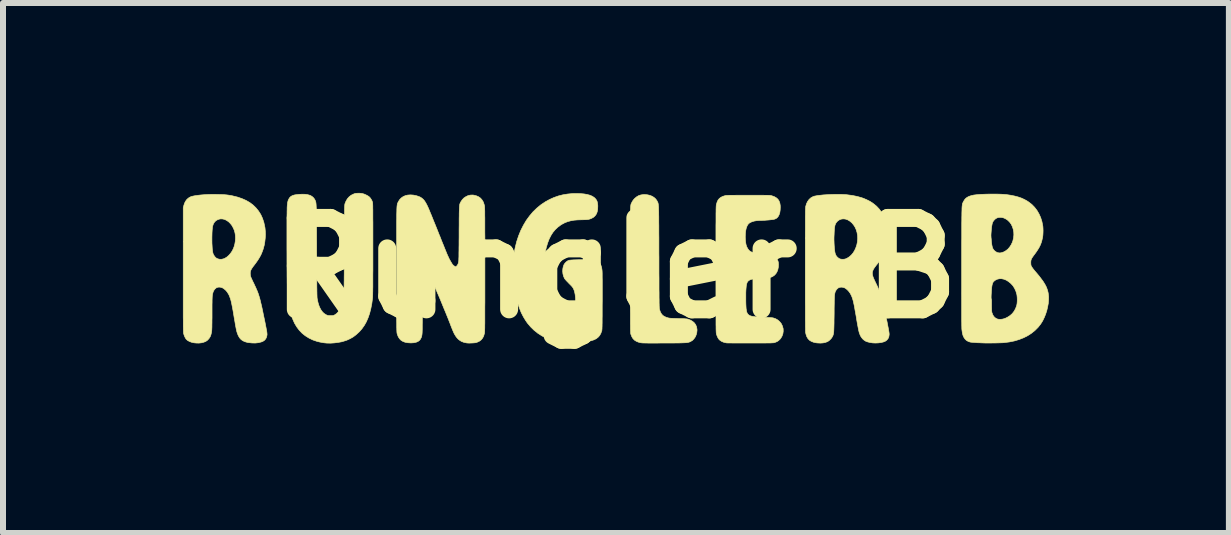
<source format=kicad_pcb>
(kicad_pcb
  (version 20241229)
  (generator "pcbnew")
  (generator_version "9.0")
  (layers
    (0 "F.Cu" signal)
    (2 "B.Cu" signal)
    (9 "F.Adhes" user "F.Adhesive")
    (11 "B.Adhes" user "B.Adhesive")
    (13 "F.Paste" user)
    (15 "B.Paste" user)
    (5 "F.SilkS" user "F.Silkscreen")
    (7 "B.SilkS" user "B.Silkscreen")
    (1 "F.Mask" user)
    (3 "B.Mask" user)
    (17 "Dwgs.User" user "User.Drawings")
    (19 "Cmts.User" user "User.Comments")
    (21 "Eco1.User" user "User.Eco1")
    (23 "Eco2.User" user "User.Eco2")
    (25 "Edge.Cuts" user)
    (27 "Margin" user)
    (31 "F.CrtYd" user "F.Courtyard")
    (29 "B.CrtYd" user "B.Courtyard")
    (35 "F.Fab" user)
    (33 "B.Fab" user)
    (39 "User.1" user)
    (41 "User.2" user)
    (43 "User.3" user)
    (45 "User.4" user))
  (footprint "Rungler B"
    (layer "F.Cu")
    (at 7.216 1.418)
    (property "Reference" "Rungler B" (at 0 0 0) (layer "F.SilkS") (effects (font (size 1.524 1.524) (thickness 0.3))))
    (attr through_hole)
    (fp_poly (pts (xy 0.525 -1.221) (xy 0.566 -1.212) (xy 0.604 -1.197) (xy 0.637 -1.177) (xy 0.665 -1.152) (xy 0.686 -1.123) (xy 0.691 -1.113) (xy 0.694 -1.106) (xy 0.697 -1.101) (xy 0.7 -1.096) (xy 0.702 -1.091) (xy 0.704 -1.085) (xy 0.706 -1.079) (xy 0.707 -1.071) (xy 0.709 -1.062) (xy 0.71 -1.051) (xy 0.711 -1.038) (xy 0.713 -1.023) (xy 0.714 -1.004) (xy 0.714 -0.982) (xy 0.715 -0.957) (xy 0.716 -0.927) (xy 0.716 -0.894) (xy 0.717 -0.855) (xy 0.717 -0.811) (xy 0.717 -0.762) (xy 0.718 -0.708) (xy 0.718 -0.647) (xy 0.718 -0.579) (xy 0.719 -0.505) (xy 0.719 -0.424) (xy 0.719 -0.335) (xy 0.719 -0.238) (xy 0.72 -0.182) (xy 0.72 -0.082) (xy 0.72 0.009) (xy 0.72 0.093) (xy 0.721 0.169) (xy 0.721 0.239) (xy 0.721 0.302) (xy 0.721 0.358) (xy 0.722 0.408) (xy 0.722 0.453) (xy 0.722 0.493) (xy 0.723 0.527) (xy 0.723 0.558) (xy 0.723 0.584) (xy 0.724 0.606) (xy 0.724 0.624) (xy 0.725 0.64) (xy 0.725 0.653) (xy 0.726 0.663) (xy 0.726 0.672) (xy 0.727 0.678) (xy 0.728 0.684) (xy 0.729 0.688) (xy 0.73 0.692) (xy 0.731 0.696) (xy 0.731 0.696) (xy 0.744 0.734) (xy 0.761 0.764) (xy 0.782 0.789) (xy 0.809 0.807) (xy 0.842 0.822) (xy 0.868 0.83) (xy 0.879 0.833) (xy 0.89 0.835) (xy 0.902 0.837) (xy 0.917 0.838) (xy 0.935 0.839) (xy 0.958 0.84) (xy 0.987 0.841) (xy 1.022 0.842) (xy 1.041 0.843) (xy 1.081 0.844) (xy 1.112 0.844) (xy 1.138 0.845) (xy 1.158 0.847) (xy 1.173 0.848) (xy 1.186 0.849) (xy 1.196 0.851) (xy 1.205 0.854) (xy 1.207 0.854) (xy 1.248 0.87) (xy 1.283 0.891) (xy 1.312 0.917) (xy 1.333 0.947) (xy 1.347 0.982) (xy 1.354 1.02) (xy 1.355 1.037) (xy 1.351 1.076) (xy 1.341 1.114) (xy 1.326 1.149) (xy 1.305 1.179) (xy 1.281 1.205) (xy 1.252 1.223) (xy 1.252 1.223) (xy 1.243 1.228) (xy 1.234 1.232) (xy 1.225 1.235) (xy 1.216 1.238) (xy 1.205 1.241) (xy 1.192 1.243) (xy 1.177 1.245) (xy 1.16 1.246) (xy 1.138 1.247) (xy 1.113 1.248) (xy 1.082 1.249) (xy 1.047 1.25) (xy 1.005 1.25) (xy 0.958 1.251) (xy 0.903 1.251) (xy 0.84 1.251) (xy 0.804 1.251) (xy 0.739 1.251) (xy 0.681 1.252) (xy 0.631 1.252) (xy 0.588 1.252) (xy 0.551 1.252) (xy 0.519 1.251) (xy 0.493 1.251) (xy 0.472 1.25) (xy 0.454 1.25) (xy 0.441 1.249) (xy 0.43 1.248) (xy 0.422 1.247) (xy 0.419 1.247) (xy 0.376 1.236) (xy 0.341 1.221) (xy 0.311 1.202) (xy 0.287 1.177) (xy 0.268 1.146) (xy 0.253 1.108) (xy 0.251 1.103) (xy 0.25 1.1) (xy 0.25 1.096) (xy 0.249 1.092) (xy 0.248 1.086) (xy 0.248 1.079) (xy 0.247 1.07) (xy 0.247 1.059) (xy 0.246 1.045) (xy 0.246 1.029) (xy 0.245 1.009) (xy 0.245 0.986) (xy 0.245 0.96) (xy 0.244 0.929) (xy 0.244 0.894) (xy 0.244 0.854) (xy 0.244 0.809) (xy 0.244 0.759) (xy 0.243 0.703) (xy 0.243 0.641) (xy 0.243 0.573) (xy 0.243 0.498) (xy 0.243 0.416) (xy 0.243 0.327) (xy 0.243 0.231) (xy 0.242 0.126) (xy 0.242 0.037) (xy 0.242 -0.076) (xy 0.242 -0.18) (xy 0.242 -0.277) (xy 0.242 -0.367) (xy 0.242 -0.449) (xy 0.242 -0.524) (xy 0.242 -0.593) (xy 0.242 -0.655) (xy 0.242 -0.712) (xy 0.242 -0.763) (xy 0.242 -0.809) (xy 0.243 -0.85) (xy 0.243 -0.886) (xy 0.244 -0.918) (xy 0.244 -0.945) (xy 0.245 -0.97) (xy 0.246 -0.99) (xy 0.247 -1.008) (xy 0.248 -1.023) (xy 0.249 -1.036) (xy 0.251 -1.047) (xy 0.252 -1.055) (xy 0.254 -1.063) (xy 0.256 -1.069) (xy 0.258 -1.075) (xy 0.261 -1.08) (xy 0.263 -1.084) (xy 0.266 -1.089) (xy 0.269 -1.095) (xy 0.271 -1.1) (xy 0.285 -1.123) (xy 0.3 -1.143) (xy 0.318 -1.162) (xy 0.35 -1.188) (xy 0.383 -1.207) (xy 0.418 -1.218) (xy 0.458 -1.224) (xy 0.48 -1.225) (xy 0.525 -1.221)) (stroke (width 0.01) (type solid)) (fill yes) (layer "F.SilkS"))
    (fp_poly (pts (xy -0.589 -1.24) (xy -0.53 -1.235) (xy -0.478 -1.226) (xy -0.433 -1.214) (xy -0.395 -1.198) (xy -0.363 -1.178) (xy -0.348 -1.165) (xy -0.331 -1.146) (xy -0.318 -1.126) (xy -0.309 -1.104) (xy -0.304 -1.077) (xy -0.3 -1.045) (xy -0.3 -1.02) (xy -0.302 -0.974) (xy -0.31 -0.935) (xy -0.323 -0.901) (xy -0.343 -0.872) (xy -0.368 -0.848) (xy -0.399 -0.83) (xy -0.417 -0.822) (xy -0.434 -0.816) (xy -0.452 -0.811) (xy -0.472 -0.808) (xy -0.496 -0.806) (xy -0.525 -0.805) (xy -0.561 -0.804) (xy -0.567 -0.804) (xy -0.635 -0.802) (xy -0.696 -0.797) (xy -0.751 -0.787) (xy -0.802 -0.773) (xy -0.849 -0.755) (xy -0.894 -0.731) (xy -0.92 -0.715) (xy -0.968 -0.679) (xy -1.011 -0.638) (xy -1.049 -0.592) (xy -1.082 -0.54) (xy -1.111 -0.482) (xy -1.136 -0.417) (xy -1.157 -0.345) (xy -1.158 -0.343) (xy -1.182 -0.229) (xy -1.198 -0.117) (xy -1.206 -0.005) (xy -1.205 0.107) (xy -1.196 0.218) (xy -1.179 0.33) (xy -1.153 0.44) (xy -1.137 0.497) (xy -1.12 0.546) (xy -1.1 0.589) (xy -1.079 0.627) (xy -1.055 0.662) (xy -1.027 0.694) (xy -1.012 0.708) (xy -0.976 0.74) (xy -0.939 0.765) (xy -0.902 0.785) (xy -0.866 0.799) (xy -0.831 0.807) (xy -0.799 0.808) (xy -0.77 0.803) (xy -0.744 0.791) (xy -0.729 0.779) (xy -0.715 0.764) (xy -0.705 0.748) (xy -0.697 0.729) (xy -0.689 0.704) (xy -0.683 0.677) (xy -0.674 0.619) (xy -0.67 0.559) (xy -0.671 0.5) (xy -0.677 0.444) (xy -0.686 0.399) (xy -0.692 0.378) (xy -0.699 0.36) (xy -0.706 0.344) (xy -0.715 0.328) (xy -0.727 0.312) (xy -0.743 0.294) (xy -0.764 0.273) (xy -0.781 0.256) (xy -0.806 0.23) (xy -0.827 0.208) (xy -0.843 0.189) (xy -0.854 0.176) (xy -0.856 0.171) (xy -0.871 0.136) (xy -0.881 0.097) (xy -0.885 0.056) (xy -0.883 0.016) (xy -0.876 -0.021) (xy -0.864 -0.055) (xy -0.863 -0.056) (xy -0.848 -0.079) (xy -0.827 -0.101) (xy -0.804 -0.118) (xy -0.798 -0.121) (xy -0.79 -0.125) (xy -0.782 -0.127) (xy -0.773 -0.13) (xy -0.761 -0.131) (xy -0.745 -0.133) (xy -0.724 -0.134) (xy -0.696 -0.136) (xy -0.685 -0.136) (xy -0.654 -0.137) (xy -0.62 -0.138) (xy -0.583 -0.138) (xy -0.544 -0.138) (xy -0.505 -0.137) (xy -0.467 -0.136) (xy -0.432 -0.134) (xy -0.399 -0.133) (xy -0.371 -0.131) (xy -0.348 -0.129) (xy -0.332 -0.126) (xy -0.328 -0.125) (xy -0.301 -0.114) (xy -0.279 -0.097) (xy -0.261 -0.074) (xy -0.247 -0.045) (xy -0.236 -0.009) (xy -0.229 0.034) (xy -0.229 0.037) (xy -0.228 0.047) (xy -0.227 0.064) (xy -0.226 0.088) (xy -0.226 0.118) (xy -0.226 0.155) (xy -0.225 0.199) (xy -0.225 0.25) (xy -0.225 0.309) (xy -0.225 0.375) (xy -0.225 0.45) (xy -0.225 0.533) (xy -0.225 0.55) (xy -0.226 0.624) (xy -0.226 0.69) (xy -0.226 0.749) (xy -0.226 0.8) (xy -0.227 0.845) (xy -0.227 0.884) (xy -0.227 0.918) (xy -0.228 0.946) (xy -0.228 0.97) (xy -0.229 0.989) (xy -0.229 1.005) (xy -0.23 1.018) (xy -0.231 1.028) (xy -0.231 1.036) (xy -0.232 1.042) (xy -0.234 1.047) (xy -0.234 1.048) (xy -0.249 1.09) (xy -0.269 1.126) (xy -0.295 1.155) (xy -0.326 1.179) (xy -0.365 1.198) (xy -0.41 1.213) (xy -0.412 1.213) (xy -0.485 1.228) (xy -0.56 1.24) (xy -0.636 1.248) (xy -0.709 1.252) (xy -0.779 1.252) (xy -0.809 1.25) (xy -0.903 1.24) (xy -0.992 1.224) (xy -1.076 1.2) (xy -1.155 1.17) (xy -1.229 1.133) (xy -1.298 1.089) (xy -1.362 1.038) (xy -1.42 0.981) (xy -1.474 0.917) (xy -1.503 0.875) (xy -1.54 0.814) (xy -1.575 0.746) (xy -1.606 0.67) (xy -1.633 0.589) (xy -1.658 0.502) (xy -1.678 0.409) (xy -1.695 0.312) (xy -1.708 0.212) (xy -1.71 0.188) (xy -1.712 0.164) (xy -1.713 0.133) (xy -1.714 0.097) (xy -1.715 0.059) (xy -1.715 0.019) (xy -1.714 -0.02) (xy -1.714 -0.057) (xy -1.713 -0.09) (xy -1.711 -0.117) (xy -1.71 -0.125) (xy -1.697 -0.234) (xy -1.677 -0.339) (xy -1.652 -0.44) (xy -1.62 -0.536) (xy -1.583 -0.627) (xy -1.54 -0.712) (xy -1.492 -0.793) (xy -1.438 -0.867) (xy -1.38 -0.936) (xy -1.316 -0.998) (xy -1.248 -1.054) (xy -1.175 -1.103) (xy -1.104 -1.142) (xy -1.031 -1.175) (xy -0.957 -1.201) (xy -0.882 -1.22) (xy -0.804 -1.233) (xy -0.721 -1.241) (xy -0.656 -1.242) (xy -0.589 -1.24)) (stroke (width 0.01) (type solid)) (fill yes) (layer "F.SilkS"))
    (fp_poly (pts (xy -6.676 -1.227) (xy -6.65 -1.226) (xy -6.601 -1.225) (xy -6.559 -1.224) (xy -6.523 -1.222) (xy -6.489 -1.219) (xy -6.458 -1.215) (xy -6.427 -1.21) (xy -6.394 -1.204) (xy -6.386 -1.202) (xy -6.305 -1.182) (xy -6.23 -1.156) (xy -6.162 -1.126) (xy -6.1 -1.09) (xy -6.045 -1.048) (xy -5.997 -1.001) (xy -5.955 -0.949) (xy -5.919 -0.892) (xy -5.89 -0.829) (xy -5.867 -0.76) (xy -5.851 -0.686) (xy -5.848 -0.67) (xy -5.843 -0.616) (xy -5.841 -0.557) (xy -5.844 -0.497) (xy -5.851 -0.436) (xy -5.861 -0.379) (xy -5.866 -0.36) (xy -5.88 -0.31) (xy -5.897 -0.264) (xy -5.916 -0.219) (xy -5.94 -0.175) (xy -5.968 -0.13) (xy -6.002 -0.082) (xy -6.032 -0.042) (xy -6.047 -0.023) (xy -6.061 -0.003) (xy -6.072 0.015) (xy -6.08 0.029) (xy -6.087 0.045) (xy -6.091 0.058) (xy -6.093 0.072) (xy -6.094 0.091) (xy -6.094 0.091) (xy -6.093 0.104) (xy -6.093 0.115) (xy -6.091 0.126) (xy -6.088 0.139) (xy -6.083 0.153) (xy -6.076 0.17) (xy -6.066 0.191) (xy -6.054 0.218) (xy -6.038 0.25) (xy -6.032 0.262) (xy -6.017 0.295) (xy -6.002 0.326) (xy -5.99 0.355) (xy -5.978 0.382) (xy -5.967 0.41) (xy -5.957 0.438) (xy -5.948 0.467) (xy -5.938 0.499) (xy -5.929 0.533) (xy -5.92 0.571) (xy -5.91 0.613) (xy -5.899 0.66) (xy -5.888 0.712) (xy -5.876 0.772) (xy -5.862 0.838) (xy -5.856 0.866) (xy -5.846 0.915) (xy -5.838 0.957) (xy -5.831 0.992) (xy -5.826 1.02) (xy -5.821 1.044) (xy -5.818 1.063) (xy -5.816 1.078) (xy -5.815 1.09) (xy -5.814 1.1) (xy -5.814 1.108) (xy -5.814 1.115) (xy -5.821 1.149) (xy -5.834 1.178) (xy -5.853 1.202) (xy -5.88 1.221) (xy -5.909 1.233) (xy -5.956 1.245) (xy -6.008 1.251) (xy -6.064 1.25) (xy -6.121 1.244) (xy -6.141 1.241) (xy -6.182 1.229) (xy -6.218 1.213) (xy -6.247 1.192) (xy -6.272 1.164) (xy -6.292 1.13) (xy -6.294 1.126) (xy -6.3 1.111) (xy -6.306 1.096) (xy -6.312 1.079) (xy -6.318 1.06) (xy -6.323 1.038) (xy -6.329 1.011) (xy -6.335 0.98) (xy -6.342 0.943) (xy -6.349 0.899) (xy -6.358 0.848) (xy -6.361 0.832) (xy -6.371 0.77) (xy -6.38 0.716) (xy -6.389 0.668) (xy -6.397 0.627) (xy -6.404 0.591) (xy -6.411 0.56) (xy -6.418 0.533) (xy -6.425 0.51) (xy -6.433 0.489) (xy -6.44 0.469) (xy -6.448 0.451) (xy -6.453 0.441) (xy -6.475 0.405) (xy -6.5 0.374) (xy -6.528 0.35) (xy -6.557 0.331) (xy -6.588 0.321) (xy -6.615 0.318) (xy -6.639 0.322) (xy -6.663 0.333) (xy -6.683 0.351) (xy -6.701 0.375) (xy -6.714 0.404) (xy -6.714 0.404) (xy -6.717 0.416) (xy -6.72 0.427) (xy -6.723 0.439) (xy -6.725 0.453) (xy -6.727 0.469) (xy -6.728 0.488) (xy -6.729 0.511) (xy -6.73 0.538) (xy -6.73 0.571) (xy -6.731 0.609) (xy -6.731 0.654) (xy -6.731 0.706) (xy -6.731 0.737) (xy -6.731 0.784) (xy -6.731 0.83) (xy -6.732 0.873) (xy -6.732 0.914) (xy -6.733 0.95) (xy -6.733 0.982) (xy -6.734 1.007) (xy -6.735 1.026) (xy -6.735 1.034) (xy -6.741 1.078) (xy -6.75 1.115) (xy -6.762 1.146) (xy -6.78 1.174) (xy -6.802 1.199) (xy -6.807 1.204) (xy -6.834 1.223) (xy -6.868 1.237) (xy -6.906 1.247) (xy -6.949 1.252) (xy -6.995 1.251) (xy -7.034 1.247) (xy -7.073 1.238) (xy -7.107 1.225) (xy -7.137 1.209) (xy -7.159 1.19) (xy -7.165 1.183) (xy -7.178 1.162) (xy -7.191 1.135) (xy -7.201 1.106) (xy -7.206 1.086) (xy -7.206 1.082) (xy -7.207 1.075) (xy -7.207 1.066) (xy -7.208 1.054) (xy -7.208 1.04) (xy -7.209 1.021) (xy -7.209 1) (xy -7.21 0.974) (xy -7.21 0.944) (xy -7.21 0.91) (xy -7.21 0.87) (xy -7.211 0.826) (xy -7.211 0.776) (xy -7.211 0.72) (xy -7.211 0.658) (xy -7.211 0.59) (xy -7.211 0.515) (xy -7.211 0.433) (xy -7.211 0.344) (xy -7.211 0.248) (xy -7.211 0.143) (xy -7.211 0.031) (xy -7.211 -0.474) (xy -6.733 -0.474) (xy -6.733 -0.436) (xy -6.732 -0.401) (xy -6.731 -0.391) (xy -6.729 -0.352) (xy -6.727 -0.32) (xy -6.724 -0.294) (xy -6.721 -0.273) (xy -6.718 -0.256) (xy -6.714 -0.241) (xy -6.709 -0.228) (xy -6.706 -0.222) (xy -6.687 -0.192) (xy -6.665 -0.169) (xy -6.638 -0.154) (xy -6.608 -0.146) (xy -6.576 -0.145) (xy -6.542 -0.152) (xy -6.517 -0.162) (xy -6.483 -0.183) (xy -6.452 -0.21) (xy -6.422 -0.244) (xy -6.396 -0.282) (xy -6.375 -0.324) (xy -6.364 -0.353) (xy -6.351 -0.399) (xy -6.343 -0.448) (xy -6.34 -0.497) (xy -6.342 -0.545) (xy -6.348 -0.585) (xy -6.36 -0.629) (xy -6.378 -0.67) (xy -6.399 -0.708) (xy -6.425 -0.741) (xy -6.453 -0.769) (xy -6.484 -0.791) (xy -6.517 -0.808) (xy -6.55 -0.817) (xy -6.583 -0.819) (xy -6.602 -0.817) (xy -6.636 -0.806) (xy -6.666 -0.789) (xy -6.689 -0.766) (xy -6.708 -0.736) (xy -6.72 -0.7) (xy -6.72 -0.7) (xy -6.724 -0.682) (xy -6.726 -0.657) (xy -6.729 -0.626) (xy -6.731 -0.591) (xy -6.732 -0.553) (xy -6.733 -0.514) (xy -6.733 -0.474) (xy -7.211 -0.474) (xy -7.211 -1.005) (xy -7.202 -1.04) (xy -7.19 -1.078) (xy -7.175 -1.109) (xy -7.157 -1.135) (xy -7.148 -1.145) (xy -7.13 -1.161) (xy -7.113 -1.174) (xy -7.094 -1.184) (xy -7.072 -1.193) (xy -7.046 -1.199) (xy -7.015 -1.205) (xy -6.976 -1.21) (xy -6.974 -1.211) (xy -6.921 -1.217) (xy -6.873 -1.221) (xy -6.826 -1.224) (xy -6.78 -1.226) (xy -6.731 -1.227) (xy -6.676 -1.227)) (stroke (width 0.01) (type solid)) (fill yes) (layer "F.SilkS"))
    (fp_poly (pts (xy -4.251 -1.245) (xy -4.225 -1.241) (xy -4.216 -1.239) (xy -4.191 -1.231) (xy -4.164 -1.219) (xy -4.139 -1.206) (xy -4.118 -1.193) (xy -4.113 -1.189) (xy -4.096 -1.172) (xy -4.08 -1.149) (xy -4.066 -1.125) (xy -4.057 -1.101) (xy -4.056 -1.098) (xy -4.055 -1.094) (xy -4.054 -1.089) (xy -4.053 -1.083) (xy -4.053 -1.075) (xy -4.052 -1.065) (xy -4.052 -1.052) (xy -4.051 -1.037) (xy -4.051 -1.018) (xy -4.051 -0.996) (xy -4.05 -0.97) (xy -4.05 -0.939) (xy -4.05 -0.904) (xy -4.05 -0.864) (xy -4.05 -0.818) (xy -4.049 -0.766) (xy -4.049 -0.708) (xy -4.049 -0.643) (xy -4.049 -0.572) (xy -4.049 -0.493) (xy -4.049 -0.406) (xy -4.049 -0.313) (xy -4.049 -0.214) (xy -4.049 -0.122) (xy -4.049 -0.039) (xy -4.049 0.037) (xy -4.05 0.106) (xy -4.05 0.168) (xy -4.05 0.224) (xy -4.05 0.274) (xy -4.05 0.317) (xy -4.051 0.356) (xy -4.051 0.389) (xy -4.052 0.417) (xy -4.052 0.441) (xy -4.053 0.461) (xy -4.053 0.477) (xy -4.054 0.489) (xy -4.054 0.499) (xy -4.055 0.502) (xy -4.067 0.594) (xy -4.084 0.68) (xy -4.104 0.758) (xy -4.129 0.83) (xy -4.158 0.897) (xy -4.192 0.957) (xy -4.231 1.012) (xy -4.274 1.062) (xy -4.284 1.071) (xy -4.33 1.113) (xy -4.376 1.148) (xy -4.426 1.177) (xy -4.48 1.202) (xy -4.515 1.214) (xy -4.569 1.23) (xy -4.629 1.241) (xy -4.692 1.249) (xy -4.755 1.253) (xy -4.817 1.252) (xy -4.837 1.25) (xy -4.867 1.247) (xy -4.901 1.241) (xy -4.937 1.234) (xy -4.97 1.226) (xy -4.982 1.223) (xy -5.052 1.199) (xy -5.116 1.168) (xy -5.175 1.131) (xy -5.229 1.088) (xy -5.277 1.038) (xy -5.319 0.982) (xy -5.356 0.92) (xy -5.386 0.852) (xy -5.411 0.779) (xy -5.418 0.751) (xy -5.429 0.705) (xy -5.439 0.653) (xy -5.448 0.597) (xy -5.457 0.538) (xy -5.464 0.479) (xy -5.47 0.422) (xy -5.474 0.379) (xy -5.474 0.365) (xy -5.475 0.342) (xy -5.476 0.313) (xy -5.476 0.277) (xy -5.477 0.235) (xy -5.477 0.187) (xy -5.478 0.135) (xy -5.478 0.078) (xy -5.479 0.018) (xy -5.479 -0.045) (xy -5.48 -0.111) (xy -5.48 -0.178) (xy -5.48 -0.247) (xy -5.481 -0.316) (xy -5.481 -0.385) (xy -5.481 -0.454) (xy -5.481 -0.521) (xy -5.481 -0.587) (xy -5.481 -0.65) (xy -5.481 -0.71) (xy -5.481 -0.766) (xy -5.481 -0.818) (xy -5.481 -0.865) (xy -5.48 -0.907) (xy -5.48 -0.942) (xy -5.479 -0.971) (xy -5.479 -0.992) (xy -5.479 -1.003) (xy -5.477 -1.038) (xy -5.474 -1.065) (xy -5.472 -1.087) (xy -5.468 -1.104) (xy -5.464 -1.12) (xy -5.459 -1.134) (xy -5.451 -1.149) (xy -5.451 -1.15) (xy -5.436 -1.174) (xy -5.416 -1.193) (xy -5.391 -1.207) (xy -5.36 -1.217) (xy -5.337 -1.221) (xy -5.28 -1.228) (xy -5.228 -1.23) (xy -5.18 -1.229) (xy -5.138 -1.223) (xy -5.102 -1.213) (xy -5.091 -1.209) (xy -5.064 -1.193) (xy -5.04 -1.172) (xy -5.021 -1.147) (xy -5.015 -1.135) (xy -5.012 -1.129) (xy -5.009 -1.122) (xy -5.007 -1.116) (xy -5.004 -1.109) (xy -5.002 -1.102) (xy -5 -1.094) (xy -4.999 -1.084) (xy -4.997 -1.072) (xy -4.996 -1.058) (xy -4.995 -1.041) (xy -4.994 -1.022) (xy -4.993 -0.999) (xy -4.992 -0.972) (xy -4.991 -0.941) (xy -4.99 -0.906) (xy -4.99 -0.866) (xy -4.989 -0.821) (xy -4.989 -0.769) (xy -4.989 -0.712) (xy -4.988 -0.649) (xy -4.988 -0.579) (xy -4.988 -0.501) (xy -4.987 -0.416) (xy -4.987 -0.324) (xy -4.987 -0.275) (xy -4.986 -0.18) (xy -4.986 -0.094) (xy -4.986 -0.015) (xy -4.985 0.057) (xy -4.985 0.121) (xy -4.985 0.18) (xy -4.984 0.231) (xy -4.984 0.278) (xy -4.984 0.318) (xy -4.983 0.354) (xy -4.983 0.385) (xy -4.982 0.411) (xy -4.982 0.434) (xy -4.981 0.453) (xy -4.981 0.469) (xy -4.98 0.482) (xy -4.98 0.492) (xy -4.979 0.501) (xy -4.978 0.508) (xy -4.977 0.514) (xy -4.977 0.514) (xy -4.966 0.568) (xy -4.953 0.615) (xy -4.937 0.655) (xy -4.918 0.692) (xy -4.909 0.706) (xy -4.888 0.734) (xy -4.865 0.756) (xy -4.839 0.774) (xy -4.826 0.781) (xy -4.813 0.787) (xy -4.802 0.79) (xy -4.79 0.793) (xy -4.775 0.794) (xy -4.755 0.794) (xy -4.754 0.794) (xy -4.733 0.794) (xy -4.719 0.793) (xy -4.707 0.791) (xy -4.697 0.787) (xy -4.685 0.781) (xy -4.657 0.762) (xy -4.631 0.736) (xy -4.608 0.702) (xy -4.587 0.66) (xy -4.569 0.61) (xy -4.554 0.552) (xy -4.549 0.531) (xy -4.547 0.519) (xy -4.544 0.507) (xy -4.542 0.496) (xy -4.54 0.485) (xy -4.539 0.474) (xy -4.537 0.461) (xy -4.535 0.448) (xy -4.534 0.432) (xy -4.533 0.415) (xy -4.532 0.395) (xy -4.531 0.373) (xy -4.53 0.347) (xy -4.53 0.317) (xy -4.529 0.283) (xy -4.529 0.245) (xy -4.528 0.202) (xy -4.528 0.153) (xy -4.527 0.098) (xy -4.527 0.038) (xy -4.527 -0.03) (xy -4.526 -0.104) (xy -4.526 -0.186) (xy -4.526 -0.275) (xy -4.526 -0.322) (xy -4.525 -0.414) (xy -4.525 -0.498) (xy -4.525 -0.574) (xy -4.524 -0.643) (xy -4.524 -0.705) (xy -4.524 -0.76) (xy -4.523 -0.81) (xy -4.523 -0.853) (xy -4.523 -0.891) (xy -4.522 -0.924) (xy -4.522 -0.953) (xy -4.522 -0.977) (xy -4.521 -0.998) (xy -4.521 -1.015) (xy -4.52 -1.029) (xy -4.519 -1.04) (xy -4.519 -1.049) (xy -4.518 -1.056) (xy -4.517 -1.061) (xy -4.516 -1.065) (xy -4.516 -1.069) (xy -4.498 -1.113) (xy -4.475 -1.153) (xy -4.446 -1.186) (xy -4.412 -1.213) (xy -4.371 -1.233) (xy -4.356 -1.239) (xy -4.335 -1.244) (xy -4.309 -1.246) (xy -4.28 -1.247) (xy -4.251 -1.245)) (stroke (width 0.01) (type solid)) (fill yes) (layer "F.SilkS"))
    (fp_poly (pts (xy 2.273 -1.213) (xy 2.329 -1.213) (xy 2.378 -1.213) (xy 2.419 -1.213) (xy 2.455 -1.213) (xy 2.485 -1.212) (xy 2.51 -1.212) (xy 2.531 -1.212) (xy 2.547 -1.211) (xy 2.561 -1.211) (xy 2.571 -1.21) (xy 2.58 -1.209) (xy 2.587 -1.208) (xy 2.593 -1.206) (xy 2.599 -1.205) (xy 2.605 -1.203) (xy 2.605 -1.203) (xy 2.644 -1.189) (xy 2.677 -1.17) (xy 2.703 -1.147) (xy 2.722 -1.118) (xy 2.735 -1.084) (xy 2.742 -1.044) (xy 2.743 -1.012) (xy 2.741 -0.966) (xy 2.735 -0.925) (xy 2.724 -0.89) (xy 2.71 -0.862) (xy 2.7 -0.849) (xy 2.687 -0.835) (xy 2.674 -0.826) (xy 2.66 -0.819) (xy 2.64 -0.812) (xy 2.634 -0.811) (xy 2.621 -0.808) (xy 2.601 -0.806) (xy 2.575 -0.803) (xy 2.546 -0.8) (xy 2.515 -0.798) (xy 2.483 -0.795) (xy 2.451 -0.794) (xy 2.422 -0.792) (xy 2.397 -0.792) (xy 2.392 -0.792) (xy 2.348 -0.789) (xy 2.307 -0.782) (xy 2.271 -0.771) (xy 2.239 -0.757) (xy 2.217 -0.741) (xy 2.2 -0.721) (xy 2.186 -0.693) (xy 2.174 -0.659) (xy 2.166 -0.619) (xy 2.161 -0.573) (xy 2.159 -0.522) (xy 2.16 -0.485) (xy 2.164 -0.436) (xy 2.171 -0.394) (xy 2.182 -0.358) (xy 2.197 -0.328) (xy 2.215 -0.302) (xy 2.218 -0.299) (xy 2.232 -0.285) (xy 2.248 -0.274) (xy 2.265 -0.266) (xy 2.287 -0.259) (xy 2.313 -0.254) (xy 2.345 -0.25) (xy 2.383 -0.246) (xy 2.396 -0.246) (xy 2.452 -0.242) (xy 2.499 -0.237) (xy 2.54 -0.232) (xy 2.575 -0.225) (xy 2.604 -0.217) (xy 2.628 -0.208) (xy 2.648 -0.196) (xy 2.664 -0.182) (xy 2.678 -0.166) (xy 2.69 -0.147) (xy 2.698 -0.132) (xy 2.704 -0.117) (xy 2.708 -0.104) (xy 2.711 -0.089) (xy 2.712 -0.069) (xy 2.713 -0.062) (xy 2.711 -0.017) (xy 2.703 0.024) (xy 2.689 0.062) (xy 2.67 0.094) (xy 2.645 0.121) (xy 2.615 0.142) (xy 2.61 0.144) (xy 2.602 0.148) (xy 2.595 0.151) (xy 2.588 0.153) (xy 2.579 0.155) (xy 2.567 0.157) (xy 2.552 0.159) (xy 2.532 0.161) (xy 2.507 0.163) (xy 2.475 0.165) (xy 2.444 0.168) (xy 2.396 0.171) (xy 2.355 0.175) (xy 2.32 0.179) (xy 2.292 0.183) (xy 2.269 0.187) (xy 2.25 0.193) (xy 2.235 0.199) (xy 2.223 0.206) (xy 2.212 0.214) (xy 2.202 0.224) (xy 2.2 0.226) (xy 2.192 0.238) (xy 2.186 0.254) (xy 2.18 0.274) (xy 2.176 0.299) (xy 2.173 0.33) (xy 2.17 0.367) (xy 2.168 0.411) (xy 2.168 0.462) (xy 2.168 0.497) (xy 2.168 0.552) (xy 2.169 0.6) (xy 2.171 0.64) (xy 2.173 0.673) (xy 2.177 0.701) (xy 2.181 0.724) (xy 2.187 0.743) (xy 2.194 0.757) (xy 2.202 0.769) (xy 2.207 0.773) (xy 2.216 0.782) (xy 2.226 0.789) (xy 2.238 0.795) (xy 2.253 0.8) (xy 2.27 0.805) (xy 2.291 0.808) (xy 2.316 0.812) (xy 2.346 0.815) (xy 2.382 0.817) (xy 2.424 0.819) (xy 2.474 0.822) (xy 2.527 0.824) (xy 2.555 0.825) (xy 2.581 0.827) (xy 2.603 0.829) (xy 2.621 0.831) (xy 2.627 0.833) (xy 2.667 0.847) (xy 2.703 0.868) (xy 2.733 0.895) (xy 2.759 0.927) (xy 2.777 0.964) (xy 2.789 1.005) (xy 2.791 1.014) (xy 2.792 1.056) (xy 2.786 1.097) (xy 2.772 1.136) (xy 2.751 1.172) (xy 2.735 1.191) (xy 2.712 1.212) (xy 2.687 1.228) (xy 2.657 1.24) (xy 2.647 1.243) (xy 2.642 1.245) (xy 2.636 1.246) (xy 2.629 1.247) (xy 2.62 1.248) (xy 2.608 1.248) (xy 2.593 1.249) (xy 2.574 1.25) (xy 2.551 1.25) (xy 2.523 1.25) (xy 2.489 1.251) (xy 2.45 1.251) (xy 2.405 1.251) (xy 2.352 1.251) (xy 2.292 1.251) (xy 2.248 1.251) (xy 2.192 1.251) (xy 2.137 1.251) (xy 2.086 1.251) (xy 2.037 1.251) (xy 1.993 1.251) (xy 1.953 1.251) (xy 1.918 1.25) (xy 1.889 1.25) (xy 1.867 1.25) (xy 1.852 1.249) (xy 1.846 1.249) (xy 1.805 1.24) (xy 1.769 1.226) (xy 1.738 1.206) (xy 1.722 1.191) (xy 1.708 1.172) (xy 1.695 1.147) (xy 1.684 1.119) (xy 1.678 1.098) (xy 1.677 1.094) (xy 1.676 1.09) (xy 1.676 1.085) (xy 1.675 1.078) (xy 1.674 1.071) (xy 1.674 1.061) (xy 1.673 1.05) (xy 1.673 1.036) (xy 1.672 1.02) (xy 1.672 1) (xy 1.672 0.977) (xy 1.671 0.95) (xy 1.671 0.92) (xy 1.671 0.885) (xy 1.671 0.845) (xy 1.671 0.801) (xy 1.67 0.751) (xy 1.67 0.695) (xy 1.67 0.634) (xy 1.67 0.566) (xy 1.67 0.492) (xy 1.67 0.411) (xy 1.67 0.323) (xy 1.67 0.227) (xy 1.67 0.124) (xy 1.67 0.019) (xy 1.67 -0.092) (xy 1.67 -0.195) (xy 1.67 -0.291) (xy 1.67 -0.378) (xy 1.67 -0.459) (xy 1.67 -0.533) (xy 1.67 -0.6) (xy 1.67 -0.661) (xy 1.67 -0.716) (xy 1.671 -0.765) (xy 1.671 -0.809) (xy 1.671 -0.849) (xy 1.671 -0.883) (xy 1.671 -0.914) (xy 1.672 -0.94) (xy 1.672 -0.963) (xy 1.672 -0.982) (xy 1.673 -0.999) (xy 1.673 -1.012) (xy 1.674 -1.024) (xy 1.674 -1.033) (xy 1.675 -1.041) (xy 1.676 -1.047) (xy 1.676 -1.052) (xy 1.677 -1.056) (xy 1.678 -1.06) (xy 1.678 -1.06) (xy 1.69 -1.1) (xy 1.705 -1.132) (xy 1.726 -1.158) (xy 1.752 -1.178) (xy 1.784 -1.194) (xy 1.819 -1.205) (xy 1.825 -1.207) (xy 1.831 -1.208) (xy 1.839 -1.209) (xy 1.848 -1.21) (xy 1.861 -1.21) (xy 1.876 -1.211) (xy 1.895 -1.212) (xy 1.918 -1.212) (xy 1.945 -1.212) (xy 1.978 -1.212) (xy 2.017 -1.213) (xy 2.063 -1.213) (xy 2.115 -1.213) (xy 2.175 -1.213) (xy 2.21 -1.213) (xy 2.273 -1.213)) (stroke (width 0.01) (type solid)) (fill yes) (layer "F.SilkS"))
    (fp_poly (pts (xy 3.756 -1.227) (xy 3.8 -1.225) (xy 3.839 -1.223) (xy 3.855 -1.221) (xy 3.946 -1.209) (xy 4.029 -1.192) (xy 4.106 -1.17) (xy 4.176 -1.142) (xy 4.24 -1.11) (xy 4.297 -1.072) (xy 4.348 -1.03) (xy 4.393 -0.982) (xy 4.432 -0.928) (xy 4.465 -0.869) (xy 4.491 -0.805) (xy 4.495 -0.794) (xy 4.514 -0.727) (xy 4.526 -0.656) (xy 4.531 -0.582) (xy 4.53 -0.508) (xy 4.522 -0.434) (xy 4.507 -0.361) (xy 4.504 -0.349) (xy 4.485 -0.288) (xy 4.461 -0.231) (xy 4.432 -0.174) (xy 4.397 -0.118) (xy 4.355 -0.06) (xy 4.344 -0.047) (xy 4.319 -0.014) (xy 4.3 0.014) (xy 4.287 0.041) (xy 4.279 0.066) (xy 4.277 0.091) (xy 4.281 0.118) (xy 4.289 0.148) (xy 4.303 0.182) (xy 4.321 0.221) (xy 4.339 0.258) (xy 4.355 0.292) (xy 4.37 0.324) (xy 4.383 0.356) (xy 4.396 0.386) (xy 4.407 0.417) (xy 4.418 0.449) (xy 4.429 0.483) (xy 4.439 0.519) (xy 4.45 0.558) (xy 4.46 0.601) (xy 4.471 0.648) (xy 4.482 0.701) (xy 4.495 0.759) (xy 4.508 0.824) (xy 4.523 0.897) (xy 4.528 0.923) (xy 4.536 0.966) (xy 4.543 1.001) (xy 4.548 1.03) (xy 4.552 1.053) (xy 4.555 1.071) (xy 4.557 1.086) (xy 4.558 1.097) (xy 4.558 1.107) (xy 4.558 1.114) (xy 4.552 1.149) (xy 4.539 1.178) (xy 4.519 1.202) (xy 4.493 1.221) (xy 4.463 1.233) (xy 4.422 1.243) (xy 4.377 1.249) (xy 4.33 1.251) (xy 4.283 1.249) (xy 4.238 1.242) (xy 4.198 1.232) (xy 4.166 1.22) (xy 4.14 1.203) (xy 4.115 1.181) (xy 4.094 1.154) (xy 4.079 1.129) (xy 4.072 1.113) (xy 4.066 1.096) (xy 4.059 1.077) (xy 4.053 1.054) (xy 4.047 1.028) (xy 4.041 0.996) (xy 4.034 0.959) (xy 4.026 0.915) (xy 4.019 0.876) (xy 4.009 0.812) (xy 3.999 0.756) (xy 3.99 0.707) (xy 3.983 0.665) (xy 3.976 0.627) (xy 3.969 0.595) (xy 3.963 0.567) (xy 3.957 0.543) (xy 3.951 0.522) (xy 3.945 0.503) (xy 3.939 0.485) (xy 3.932 0.469) (xy 3.931 0.466) (xy 3.911 0.426) (xy 3.886 0.391) (xy 3.858 0.361) (xy 3.828 0.338) (xy 3.815 0.331) (xy 3.787 0.322) (xy 3.759 0.319) (xy 3.732 0.323) (xy 3.712 0.331) (xy 3.693 0.346) (xy 3.676 0.366) (xy 3.663 0.388) (xy 3.661 0.392) (xy 3.658 0.401) (xy 3.655 0.41) (xy 3.653 0.419) (xy 3.651 0.429) (xy 3.649 0.441) (xy 3.647 0.455) (xy 3.646 0.472) (xy 3.645 0.493) (xy 3.644 0.519) (xy 3.643 0.549) (xy 3.643 0.585) (xy 3.642 0.627) (xy 3.641 0.676) (xy 3.641 0.733) (xy 3.641 0.76) (xy 3.64 0.821) (xy 3.639 0.873) (xy 3.639 0.919) (xy 3.638 0.958) (xy 3.637 0.991) (xy 3.636 1.019) (xy 3.635 1.043) (xy 3.634 1.062) (xy 3.632 1.078) (xy 3.63 1.092) (xy 3.628 1.103) (xy 3.625 1.113) (xy 3.622 1.123) (xy 3.618 1.132) (xy 3.613 1.142) (xy 3.613 1.142) (xy 3.6 1.165) (xy 3.58 1.188) (xy 3.558 1.209) (xy 3.535 1.225) (xy 3.529 1.228) (xy 3.495 1.241) (xy 3.456 1.249) (xy 3.413 1.252) (xy 3.367 1.25) (xy 3.338 1.247) (xy 3.295 1.237) (xy 3.258 1.222) (xy 3.228 1.203) (xy 3.204 1.177) (xy 3.185 1.145) (xy 3.172 1.107) (xy 3.166 1.081) (xy 3.165 1.076) (xy 3.164 1.069) (xy 3.164 1.058) (xy 3.163 1.044) (xy 3.163 1.026) (xy 3.163 1.004) (xy 3.162 0.978) (xy 3.162 0.947) (xy 3.162 0.911) (xy 3.161 0.87) (xy 3.161 0.824) (xy 3.161 0.772) (xy 3.161 0.714) (xy 3.161 0.65) (xy 3.16 0.579) (xy 3.16 0.502) (xy 3.16 0.417) (xy 3.16 0.325) (xy 3.16 0.225) (xy 3.16 0.117) (xy 3.16 0.028) (xy 3.16 -0.083) (xy 3.16 -0.185) (xy 3.16 -0.279) (xy 3.16 -0.366) (xy 3.16 -0.446) (xy 3.16 -0.47) (xy 3.638 -0.47) (xy 3.639 -0.44) (xy 3.64 -0.407) (xy 3.642 -0.373) (xy 3.645 -0.33) (xy 3.649 -0.295) (xy 3.653 -0.266) (xy 3.658 -0.243) (xy 3.665 -0.224) (xy 3.673 -0.208) (xy 3.683 -0.193) (xy 3.696 -0.18) (xy 3.702 -0.174) (xy 3.722 -0.159) (xy 3.742 -0.15) (xy 3.765 -0.146) (xy 3.79 -0.145) (xy 3.807 -0.147) (xy 3.822 -0.149) (xy 3.836 -0.154) (xy 3.854 -0.162) (xy 3.858 -0.164) (xy 3.895 -0.187) (xy 3.928 -0.217) (xy 3.958 -0.253) (xy 3.983 -0.294) (xy 4.003 -0.339) (xy 4.019 -0.387) (xy 4.029 -0.438) (xy 4.033 -0.49) (xy 4.031 -0.542) (xy 4.022 -0.594) (xy 4.021 -0.597) (xy 4.007 -0.642) (xy 3.988 -0.683) (xy 3.964 -0.72) (xy 3.936 -0.753) (xy 3.904 -0.78) (xy 3.87 -0.801) (xy 3.834 -0.814) (xy 3.822 -0.817) (xy 3.788 -0.819) (xy 3.755 -0.814) (xy 3.725 -0.801) (xy 3.698 -0.782) (xy 3.676 -0.757) (xy 3.666 -0.74) (xy 3.661 -0.728) (xy 3.656 -0.716) (xy 3.653 -0.703) (xy 3.65 -0.687) (xy 3.647 -0.669) (xy 3.645 -0.645) (xy 3.643 -0.616) (xy 3.641 -0.58) (xy 3.641 -0.569) (xy 3.639 -0.532) (xy 3.638 -0.5) (xy 3.638 -0.47) (xy 3.16 -0.47) (xy 3.16 -0.518) (xy 3.16 -0.585) (xy 3.161 -0.645) (xy 3.161 -0.699) (xy 3.161 -0.748) (xy 3.161 -0.791) (xy 3.161 -0.829) (xy 3.161 -0.863) (xy 3.162 -0.893) (xy 3.162 -0.919) (xy 3.162 -0.941) (xy 3.163 -0.96) (xy 3.163 -0.975) (xy 3.164 -0.989) (xy 3.164 -0.999) (xy 3.165 -1.008) (xy 3.165 -1.015) (xy 3.166 -1.021) (xy 3.167 -1.026) (xy 3.167 -1.03) (xy 3.168 -1.031) (xy 3.181 -1.074) (xy 3.2 -1.112) (xy 3.224 -1.144) (xy 3.253 -1.17) (xy 3.287 -1.189) (xy 3.313 -1.198) (xy 3.34 -1.203) (xy 3.373 -1.209) (xy 3.412 -1.213) (xy 3.457 -1.218) (xy 3.505 -1.221) (xy 3.555 -1.224) (xy 3.606 -1.226) (xy 3.658 -1.227) (xy 3.708 -1.227) (xy 3.756 -1.227)) (stroke (width 0.01) (type solid)) (fill yes) (layer "F.SilkS"))
    (fp_poly (pts (xy 6.346 -1.232) (xy 6.397 -1.231) (xy 6.443 -1.229) (xy 6.484 -1.226) (xy 6.511 -1.224) (xy 6.584 -1.213) (xy 6.649 -1.2) (xy 6.709 -1.184) (xy 6.764 -1.165) (xy 6.814 -1.142) (xy 6.862 -1.115) (xy 6.884 -1.1) (xy 6.936 -1.06) (xy 6.982 -1.013) (xy 7.022 -0.961) (xy 7.056 -0.903) (xy 7.084 -0.841) (xy 7.105 -0.774) (xy 7.119 -0.704) (xy 7.121 -0.689) (xy 7.123 -0.657) (xy 7.124 -0.622) (xy 7.123 -0.584) (xy 7.121 -0.548) (xy 7.117 -0.516) (xy 7.114 -0.502) (xy 7.104 -0.458) (xy 7.092 -0.418) (xy 7.077 -0.38) (xy 7.058 -0.342) (xy 7.035 -0.304) (xy 7.007 -0.262) (xy 6.974 -0.217) (xy 6.97 -0.212) (xy 6.952 -0.187) (xy 6.938 -0.166) (xy 6.929 -0.148) (xy 6.923 -0.131) (xy 6.92 -0.112) (xy 6.919 -0.091) (xy 6.919 -0.089) (xy 6.92 -0.069) (xy 6.921 -0.055) (xy 6.923 -0.043) (xy 6.928 -0.032) (xy 6.931 -0.025) (xy 6.939 -0.013) (xy 6.951 0.004) (xy 6.965 0.023) (xy 6.98 0.041) (xy 6.981 0.043) (xy 7.024 0.093) (xy 7.062 0.139) (xy 7.093 0.18) (xy 7.121 0.217) (xy 7.143 0.252) (xy 7.162 0.284) (xy 7.178 0.316) (xy 7.19 0.347) (xy 7.2 0.378) (xy 7.208 0.41) (xy 7.211 0.429) (xy 7.217 0.479) (xy 7.216 0.533) (xy 7.211 0.591) (xy 7.2 0.65) (xy 7.186 0.71) (xy 7.167 0.769) (xy 7.144 0.826) (xy 7.118 0.88) (xy 7.088 0.928) (xy 7.085 0.933) (xy 7.04 0.99) (xy 6.989 1.041) (xy 6.932 1.087) (xy 6.869 1.128) (xy 6.8 1.163) (xy 6.726 1.192) (xy 6.646 1.216) (xy 6.563 1.233) (xy 6.475 1.244) (xy 6.456 1.246) (xy 6.43 1.247) (xy 6.399 1.248) (xy 6.364 1.249) (xy 6.326 1.25) (xy 6.288 1.25) (xy 6.25 1.251) (xy 6.215 1.251) (xy 6.183 1.251) (xy 6.156 1.251) (xy 6.149 1.25) (xy 6.109 1.249) (xy 6.07 1.247) (xy 6.032 1.246) (xy 5.997 1.243) (xy 5.967 1.241) (xy 5.941 1.239) (xy 5.921 1.237) (xy 5.909 1.235) (xy 5.908 1.235) (xy 5.874 1.223) (xy 5.845 1.206) (xy 5.822 1.183) (xy 5.803 1.155) (xy 5.788 1.121) (xy 5.778 1.08) (xy 5.771 1.031) (xy 5.77 1.017) (xy 5.769 1.004) (xy 5.769 0.984) (xy 5.768 0.955) (xy 5.768 0.918) (xy 5.767 0.873) (xy 5.767 0.82) (xy 5.767 0.758) (xy 5.767 0.688) (xy 5.767 0.61) (xy 5.767 0.523) (xy 5.767 0.492) (xy 6.258 0.492) (xy 6.258 0.504) (xy 6.259 0.511) (xy 6.261 0.513) (xy 6.262 0.519) (xy 6.264 0.531) (xy 6.265 0.55) (xy 6.265 0.578) (xy 6.265 0.613) (xy 6.265 0.621) (xy 6.265 0.654) (xy 6.266 0.68) (xy 6.266 0.7) (xy 6.267 0.716) (xy 6.269 0.728) (xy 6.27 0.738) (xy 6.273 0.748) (xy 6.274 0.75) (xy 6.285 0.779) (xy 6.299 0.803) (xy 6.316 0.822) (xy 6.321 0.827) (xy 6.344 0.842) (xy 6.367 0.852) (xy 6.392 0.856) (xy 6.42 0.856) (xy 6.454 0.851) (xy 6.458 0.85) (xy 6.479 0.844) (xy 6.504 0.834) (xy 6.53 0.821) (xy 6.556 0.805) (xy 6.575 0.792) (xy 6.611 0.76) (xy 6.641 0.721) (xy 6.665 0.678) (xy 6.683 0.63) (xy 6.685 0.623) (xy 6.69 0.597) (xy 6.693 0.565) (xy 6.694 0.53) (xy 6.693 0.495) (xy 6.69 0.463) (xy 6.687 0.442) (xy 6.671 0.388) (xy 6.649 0.339) (xy 6.621 0.295) (xy 6.586 0.257) (xy 6.546 0.225) (xy 6.511 0.203) (xy 6.472 0.187) (xy 6.434 0.179) (xy 6.398 0.179) (xy 6.363 0.186) (xy 6.331 0.201) (xy 6.31 0.217) (xy 6.299 0.227) (xy 6.29 0.239) (xy 6.283 0.254) (xy 6.277 0.272) (xy 6.272 0.295) (xy 6.268 0.322) (xy 6.265 0.356) (xy 6.262 0.397) (xy 6.261 0.416) (xy 6.259 0.449) (xy 6.258 0.474) (xy 6.258 0.492) (xy 5.767 0.492) (xy 5.766 0.428) (xy 5.767 0.325) (xy 5.767 0.213) (xy 5.767 0.093) (xy 5.767 -0.03) (xy 5.767 -0.139) (xy 5.767 -0.241) (xy 5.767 -0.334) (xy 5.767 -0.42) (xy 5.768 -0.499) (xy 5.768 -0.545) (xy 6.255 -0.545) (xy 6.256 -0.527) (xy 6.257 -0.506) (xy 6.26 -0.481) (xy 6.261 -0.459) (xy 6.265 -0.421) (xy 6.269 -0.39) (xy 6.274 -0.365) (xy 6.279 -0.344) (xy 6.285 -0.328) (xy 6.293 -0.314) (xy 6.303 -0.301) (xy 6.307 -0.295) (xy 6.331 -0.274) (xy 6.358 -0.259) (xy 6.377 -0.254) (xy 6.391 -0.252) (xy 6.401 -0.251) (xy 6.412 -0.252) (xy 6.426 -0.254) (xy 6.433 -0.256) (xy 6.469 -0.268) (xy 6.504 -0.288) (xy 6.537 -0.314) (xy 6.566 -0.347) (xy 6.591 -0.385) (xy 6.612 -0.428) (xy 6.621 -0.455) (xy 6.632 -0.503) (xy 6.637 -0.552) (xy 6.635 -0.6) (xy 6.626 -0.647) (xy 6.612 -0.69) (xy 6.592 -0.731) (xy 6.566 -0.766) (xy 6.535 -0.796) (xy 6.522 -0.806) (xy 6.49 -0.825) (xy 6.458 -0.838) (xy 6.427 -0.843) (xy 6.411 -0.844) (xy 6.38 -0.842) (xy 6.354 -0.834) (xy 6.33 -0.819) (xy 6.317 -0.807) (xy 6.304 -0.793) (xy 6.293 -0.779) (xy 6.284 -0.762) (xy 6.277 -0.743) (xy 6.272 -0.719) (xy 6.267 -0.69) (xy 6.263 -0.655) (xy 6.261 -0.635) (xy 6.259 -0.606) (xy 6.257 -0.582) (xy 6.256 -0.563) (xy 6.255 -0.545) (xy 5.768 -0.545) (xy 5.768 -0.572) (xy 5.768 -0.637) (xy 5.768 -0.697) (xy 5.768 -0.751) (xy 5.769 -0.799) (xy 5.769 -0.842) (xy 5.77 -0.88) (xy 5.77 -0.914) (xy 5.771 -0.943) (xy 5.772 -0.969) (xy 5.772 -0.991) (xy 5.773 -1.01) (xy 5.774 -1.026) (xy 5.776 -1.039) (xy 5.777 -1.051) (xy 5.778 -1.06) (xy 5.78 -1.068) (xy 5.782 -1.075) (xy 5.784 -1.081) (xy 5.786 -1.086) (xy 5.789 -1.091) (xy 5.791 -1.096) (xy 5.794 -1.102) (xy 5.797 -1.107) (xy 5.813 -1.135) (xy 5.833 -1.159) (xy 5.858 -1.178) (xy 5.889 -1.194) (xy 5.925 -1.206) (xy 5.968 -1.216) (xy 6.019 -1.222) (xy 6.03 -1.223) (xy 6.077 -1.227) (xy 6.128 -1.229) (xy 6.182 -1.231) (xy 6.237 -1.232) (xy 6.293 -1.232) (xy 6.346 -1.232)) (stroke (width 0.01) (type solid)) (fill yes) (layer "F.SilkS"))
    (fp_poly (pts (xy -3.377 -1.216) (xy -3.327 -1.206) (xy -3.298 -1.197) (xy -3.264 -1.184) (xy -3.235 -1.166) (xy -3.209 -1.144) (xy -3.186 -1.116) (xy -3.164 -1.08) (xy -3.157 -1.067) (xy -3.151 -1.056) (xy -3.146 -1.045) (xy -3.139 -1.032) (xy -3.133 -1.018) (xy -3.125 -1.001) (xy -3.117 -0.982) (xy -3.107 -0.959) (xy -3.097 -0.933) (xy -3.084 -0.903) (xy -3.07 -0.869) (xy -3.054 -0.829) (xy -3.036 -0.784) (xy -3.015 -0.733) (xy -2.992 -0.676) (xy -2.966 -0.611) (xy -2.938 -0.54) (xy -2.935 -0.535) (xy -2.911 -0.473) (xy -2.889 -0.418) (xy -2.869 -0.37) (xy -2.853 -0.329) (xy -2.838 -0.293) (xy -2.825 -0.261) (xy -2.814 -0.234) (xy -2.804 -0.211) (xy -2.795 -0.192) (xy -2.787 -0.175) (xy -2.78 -0.159) (xy -2.773 -0.146) (xy -2.766 -0.133) (xy -2.759 -0.121) (xy -2.752 -0.108) (xy -2.748 -0.102) (xy -2.734 -0.078) (xy -2.723 -0.061) (xy -2.712 -0.049) (xy -2.702 -0.039) (xy -2.69 -0.032) (xy -2.686 -0.029) (xy -2.667 -0.019) (xy -2.654 -0.032) (xy -2.643 -0.044) (xy -2.634 -0.058) (xy -2.627 -0.075) (xy -2.622 -0.094) (xy -2.621 -0.099) (xy -2.62 -0.105) (xy -2.619 -0.113) (xy -2.618 -0.123) (xy -2.617 -0.135) (xy -2.617 -0.151) (xy -2.616 -0.17) (xy -2.615 -0.193) (xy -2.615 -0.221) (xy -2.615 -0.254) (xy -2.614 -0.293) (xy -2.614 -0.337) (xy -2.613 -0.389) (xy -2.613 -0.447) (xy -2.612 -0.513) (xy -2.612 -0.576) (xy -2.612 -0.649) (xy -2.611 -0.715) (xy -2.611 -0.773) (xy -2.611 -0.825) (xy -2.61 -0.869) (xy -2.61 -0.908) (xy -2.609 -0.942) (xy -2.608 -0.97) (xy -2.607 -0.994) (xy -2.606 -1.015) (xy -2.605 -1.031) (xy -2.603 -1.045) (xy -2.602 -1.056) (xy -2.6 -1.066) (xy -2.597 -1.074) (xy -2.594 -1.081) (xy -2.591 -1.088) (xy -2.587 -1.095) (xy -2.583 -1.103) (xy -2.581 -1.106) (xy -2.559 -1.139) (xy -2.532 -1.167) (xy -2.499 -1.189) (xy -2.464 -1.206) (xy -2.426 -1.215) (xy -2.388 -1.217) (xy -2.369 -1.215) (xy -2.325 -1.204) (xy -2.288 -1.188) (xy -2.255 -1.165) (xy -2.229 -1.135) (xy -2.208 -1.1) (xy -2.194 -1.058) (xy -2.19 -1.041) (xy -2.189 -1.037) (xy -2.188 -1.032) (xy -2.187 -1.026) (xy -2.187 -1.018) (xy -2.186 -1.009) (xy -2.186 -0.998) (xy -2.185 -0.985) (xy -2.185 -0.969) (xy -2.184 -0.95) (xy -2.184 -0.928) (xy -2.184 -0.902) (xy -2.184 -0.872) (xy -2.183 -0.838) (xy -2.183 -0.799) (xy -2.183 -0.756) (xy -2.183 -0.707) (xy -2.183 -0.652) (xy -2.183 -0.592) (xy -2.182 -0.526) (xy -2.182 -0.453) (xy -2.182 -0.373) (xy -2.182 -0.286) (xy -2.182 -0.192) (xy -2.182 -0.089) (xy -2.182 0.021) (xy -2.182 0.028) (xy -2.182 0.138) (xy -2.182 0.241) (xy -2.182 0.335) (xy -2.182 0.423) (xy -2.182 0.503) (xy -2.182 0.576) (xy -2.183 0.642) (xy -2.183 0.703) (xy -2.183 0.757) (xy -2.183 0.806) (xy -2.183 0.85) (xy -2.183 0.889) (xy -2.183 0.923) (xy -2.184 0.953) (xy -2.184 0.979) (xy -2.184 1.001) (xy -2.185 1.02) (xy -2.185 1.036) (xy -2.186 1.049) (xy -2.186 1.06) (xy -2.187 1.069) (xy -2.187 1.076) (xy -2.188 1.082) (xy -2.189 1.087) (xy -2.189 1.091) (xy -2.19 1.092) (xy -2.202 1.133) (xy -2.219 1.167) (xy -2.241 1.195) (xy -2.268 1.217) (xy -2.302 1.234) (xy -2.324 1.242) (xy -2.34 1.246) (xy -2.361 1.248) (xy -2.387 1.25) (xy -2.415 1.251) (xy -2.443 1.252) (xy -2.468 1.251) (xy -2.488 1.249) (xy -2.534 1.239) (xy -2.575 1.223) (xy -2.61 1.2) (xy -2.631 1.182) (xy -2.648 1.163) (xy -2.663 1.144) (xy -2.677 1.122) (xy -2.692 1.097) (xy -2.706 1.067) (xy -2.721 1.032) (xy -2.738 0.99) (xy -2.748 0.965) (xy -2.762 0.927) (xy -2.779 0.884) (xy -2.797 0.838) (xy -2.817 0.789) (xy -2.838 0.737) (xy -2.86 0.685) (xy -2.882 0.631) (xy -2.904 0.577) (xy -2.926 0.524) (xy -2.948 0.472) (xy -2.97 0.422) (xy -2.99 0.374) (xy -3.009 0.33) (xy -3.027 0.291) (xy -3.043 0.255) (xy -3.056 0.226) (xy -3.067 0.202) (xy -3.076 0.185) (xy -3.079 0.18) (xy -3.092 0.159) (xy -3.107 0.14) (xy -3.123 0.124) (xy -3.137 0.113) (xy -3.147 0.108) (xy -3.162 0.107) (xy -3.174 0.113) (xy -3.185 0.126) (xy -3.194 0.147) (xy -3.202 0.176) (xy -3.208 0.212) (xy -3.209 0.217) (xy -3.21 0.226) (xy -3.211 0.242) (xy -3.212 0.266) (xy -3.213 0.296) (xy -3.214 0.331) (xy -3.215 0.371) (xy -3.216 0.415) (xy -3.217 0.462) (xy -3.218 0.512) (xy -3.219 0.563) (xy -3.221 0.615) (xy -3.222 0.668) (xy -3.223 0.719) (xy -3.223 0.77) (xy -3.224 0.818) (xy -3.225 0.863) (xy -3.225 0.905) (xy -3.226 0.943) (xy -3.226 0.975) (xy -3.226 0.978) (xy -3.226 1.019) (xy -3.227 1.053) (xy -3.228 1.081) (xy -3.23 1.104) (xy -3.233 1.124) (xy -3.237 1.141) (xy -3.242 1.158) (xy -3.243 1.159) (xy -3.256 1.186) (xy -3.274 1.208) (xy -3.299 1.226) (xy -3.329 1.238) (xy -3.366 1.246) (xy -3.41 1.249) (xy -3.42 1.249) (xy -3.469 1.246) (xy -3.512 1.238) (xy -3.549 1.224) (xy -3.58 1.205) (xy -3.605 1.179) (xy -3.626 1.147) (xy -3.641 1.109) (xy -3.645 1.095) (xy -3.646 1.091) (xy -3.647 1.087) (xy -3.647 1.083) (xy -3.648 1.078) (xy -3.649 1.072) (xy -3.649 1.064) (xy -3.65 1.055) (xy -3.65 1.043) (xy -3.651 1.03) (xy -3.651 1.013) (xy -3.652 0.994) (xy -3.652 0.971) (xy -3.652 0.944) (xy -3.652 0.913) (xy -3.653 0.878) (xy -3.653 0.839) (xy -3.653 0.794) (xy -3.653 0.744) (xy -3.653 0.689) (xy -3.653 0.627) (xy -3.653 0.56) (xy -3.653 0.485) (xy -3.653 0.404) (xy -3.653 0.316) (xy -3.653 0.219) (xy -3.653 0.116) (xy -3.653 0.027) (xy -3.653 -0.086) (xy -3.653 -0.19) (xy -3.653 -0.287) (xy -3.653 -0.376) (xy -3.653 -0.458) (xy -3.653 -0.533) (xy -3.653 -0.602) (xy -3.653 -0.664) (xy -3.653 -0.72) (xy -3.653 -0.771) (xy -3.652 -0.817) (xy -3.652 -0.857) (xy -3.652 -0.893) (xy -3.651 -0.925) (xy -3.65 -0.953) (xy -3.65 -0.977) (xy -3.649 -0.998) (xy -3.648 -1.015) (xy -3.647 -1.03) (xy -3.645 -1.043) (xy -3.644 -1.053) (xy -3.642 -1.062) (xy -3.641 -1.069) (xy -3.639 -1.076) (xy -3.637 -1.081) (xy -3.634 -1.086) (xy -3.632 -1.091) (xy -3.629 -1.096) (xy -3.627 -1.102) (xy -3.625 -1.105) (xy -3.604 -1.139) (xy -3.577 -1.167) (xy -3.545 -1.19) (xy -3.509 -1.206) (xy -3.468 -1.216) (xy -3.424 -1.219) (xy -3.377 -1.216)) (stroke (width 0.01) (type solid)) (fill yes) (layer "F.SilkS")))
  (gr_rect
    (start -3 -3)
    (end 17.438 5.836)
    (stroke (width 0.1) (type default))
    (fill no)
    (layer "Edge.Cuts")))
</source>
